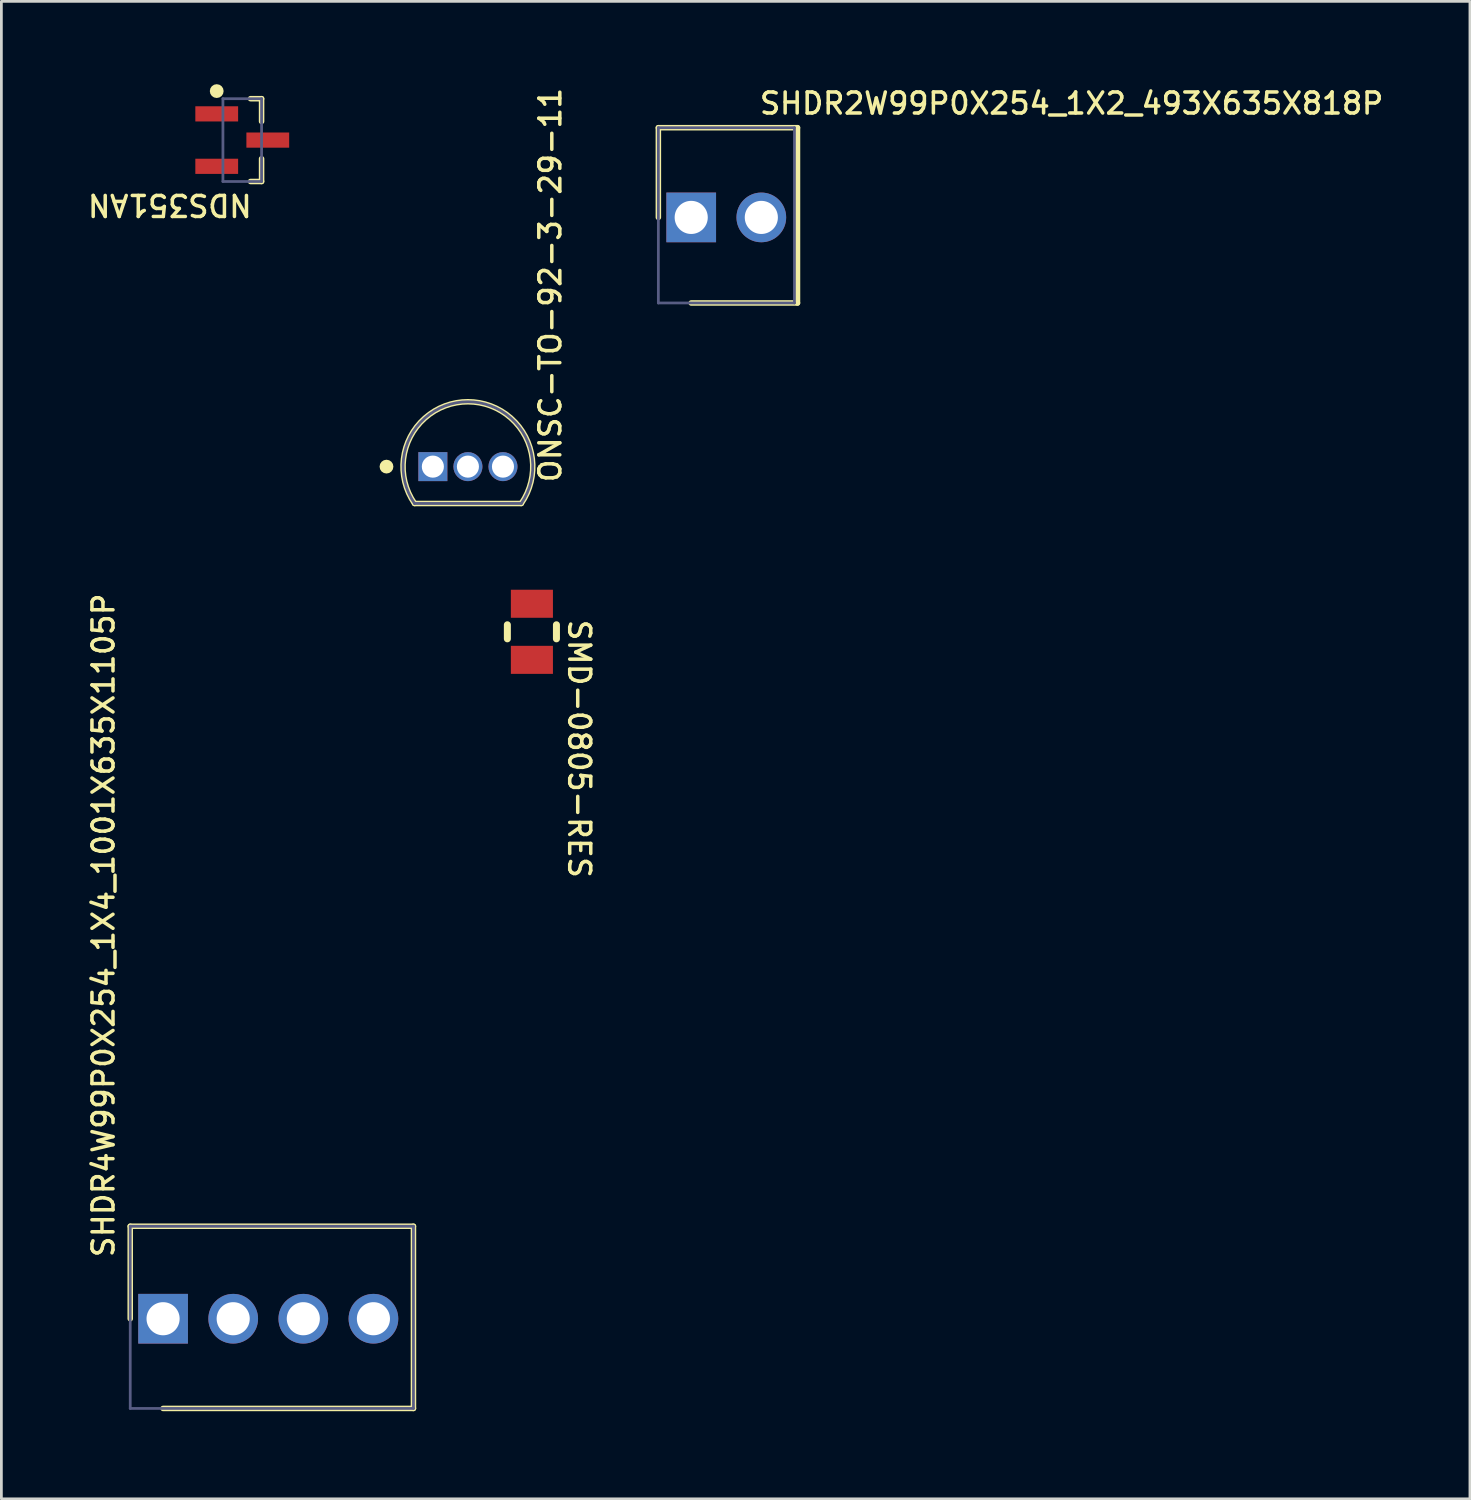
<source format=kicad_pcb>
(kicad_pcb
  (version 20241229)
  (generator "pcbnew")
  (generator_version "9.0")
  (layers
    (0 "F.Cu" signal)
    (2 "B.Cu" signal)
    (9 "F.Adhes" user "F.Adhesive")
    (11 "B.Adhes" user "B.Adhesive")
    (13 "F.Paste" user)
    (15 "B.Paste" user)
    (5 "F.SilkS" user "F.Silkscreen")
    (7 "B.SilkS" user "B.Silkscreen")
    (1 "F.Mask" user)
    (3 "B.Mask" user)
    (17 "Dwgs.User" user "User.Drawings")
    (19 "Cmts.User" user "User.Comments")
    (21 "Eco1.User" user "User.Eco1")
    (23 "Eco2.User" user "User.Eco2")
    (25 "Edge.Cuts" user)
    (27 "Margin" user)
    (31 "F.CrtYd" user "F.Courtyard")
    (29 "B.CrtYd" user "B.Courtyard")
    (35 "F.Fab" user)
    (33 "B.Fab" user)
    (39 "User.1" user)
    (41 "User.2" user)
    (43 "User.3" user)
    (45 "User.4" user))
  (footprint "ONSC-TO-92-3-29-11"
    (layer "F.Cu")
    (at 13.901 13.854)
    (property "Reference" "ONSC-TO-92-3-29-11" (at 3.429 0.635 90) (unlocked yes) (layer "F.SilkS") (effects (font (size 0.762 0.762) (thickness 0.127)) (justify left bottom)))
    (fp_line (start 1.934 1.335) (end -1.934 1.335) (stroke (width 0.2) (type solid)) (layer "F.SilkS"))
    (fp_arc (start -1.933657 1.335466) (mid -0.000191 -2.35) (end 1.933874 1.335151) (stroke (width 0.2) (type solid)) (layer "F.SilkS"))
    (fp_circle (center -2.95 0) (end -3.075 0) (stroke (width 0.25) (type solid)) (fill no) (layer "F.SilkS"))
    (fp_line (start -2.45 1.435) (end -2.45 -2.45) (stroke (width 0.05) (type solid)) (layer "Eco1.User"))
    (fp_line (start 0 0.5) (end 0 -0.5) (stroke (width 0.1) (type solid)) (layer "Eco1.User"))
    (fp_line (start 0.5 0) (end -0.5 0) (stroke (width 0.1) (type solid)) (layer "Eco1.User"))
    (fp_line (start 2.45 -2.45) (end -2.45 -2.45) (stroke (width 0.05) (type solid)) (layer "Eco1.User"))
    (fp_line (start 2.45 1.435) (end -2.45 1.435) (stroke (width 0.05) (type solid)) (layer "Eco1.User"))
    (fp_line (start 2.45 1.435) (end 2.45 -2.45) (stroke (width 0.05) (type solid)) (layer "Eco1.User"))
    (fp_line (start 1.934 1.335) (end -1.934 1.335) (stroke (width 0.1) (type solid)) (layer "B.Fab"))
    (fp_arc (start -1.933657 1.335466) (mid -0.000191 -2.35) (end 1.933874 1.335151) (stroke (width 0.1) (type solid)) (layer "B.Fab"))
    (pad "1" thru_hole rect (at -1.27 0 180) (size 1.05 1.05) (drill 0.8) (layers "*.Cu" "*.Mask"))
    (pad "2" thru_hole circle (at 0 0 180) (size 1.05 1.05) (drill 0.8) (layers "*.Cu" "*.Mask"))
    (pad "3" thru_hole circle (at 1.27 0 180) (size 1.05 1.05) (drill 0.8) (layers "*.Cu" "*.Mask")))
  (footprint "SHDR4W99P0X254_1X4_1001X635X1105P"
    (layer "F.Cu")
    (at 2.858 44.723)
    (property "Reference" "SHDR4W99P0X254_1X4_1001X635X1105P" (at -1.715 -2.159 90) (unlocked yes) (layer "F.SilkS") (effects (font (size 0.762 0.762) (thickness 0.127)) (justify left bottom)))
    (fp_line (start -1.19 0) (end -1.19 -3.35) (stroke (width 0.2) (type solid)) (layer "F.SilkS"))
    (fp_line (start 9.07 -3.35) (end -1.19 -3.35) (stroke (width 0.2) (type solid)) (layer "F.SilkS"))
    (fp_line (start 9.07 3.25) (end 0 3.25) (stroke (width 0.2) (type solid)) (layer "F.SilkS"))
    (fp_line (start 9.07 3.25) (end 9.07 -3.35) (stroke (width 0.2) (type solid)) (layer "F.SilkS"))
    (fp_line (start -1.44 3.5) (end -1.44 -3.6) (stroke (width 0.05) (type solid)) (layer "Eco1.User"))
    (fp_line (start 9.32 -3.6) (end -1.44 -3.6) (stroke (width 0.05) (type solid)) (layer "Eco1.User"))
    (fp_line (start 9.32 3.5) (end -1.44 3.5) (stroke (width 0.05) (type solid)) (layer "Eco1.User"))
    (fp_line (start 9.32 3.5) (end 9.32 -3.6) (stroke (width 0.05) (type solid)) (layer "Eco1.User"))
    (fp_line (start -1.19 3.25) (end -1.19 -3.35) (stroke (width 0.1) (type solid)) (layer "B.Fab"))
    (fp_line (start 9.07 -3.35) (end -1.19 -3.35) (stroke (width 0.1) (type solid)) (layer "B.Fab"))
    (fp_line (start 9.07 3.25) (end -1.19 3.25) (stroke (width 0.1) (type solid)) (layer "B.Fab"))
    (fp_line (start 9.07 3.25) (end 9.07 -3.35) (stroke (width 0.1) (type solid)) (layer "B.Fab"))
    (pad "1" thru_hole rect (at 0 0) (size 1.8 1.8) (drill 1.2) (layers "*.Cu" "*.Mask"))
    (pad "2" thru_hole circle (at 2.54 0) (size 1.8 1.8) (drill 1.2) (layers "*.Cu" "*.Mask"))
    (pad "3" thru_hole circle (at 5.08 0) (size 1.8 1.8) (drill 1.2) (layers "*.Cu" "*.Mask"))
    (pad "4" thru_hole circle (at 7.62 0) (size 1.8 1.8) (drill 1.2) (layers "*.Cu" "*.Mask")))
  (footprint "SMD-0805-RES"
    (layer "F.Cu")
    (at 16.219 19.838)
    (property "Reference" "SMD-0805-RES" (at 1.27 -0.508 270) (unlocked yes) (layer "F.SilkS") (effects (font (size 0.762 0.762) (thickness 0.127)) (justify left bottom)))
    (fp_line (start -0.889 -0.254) (end -0.889 0.254) (stroke (width 0.254) (type solid)) (layer "F.SilkS"))
    (fp_line (start 0.889 -0.254) (end 0.889 0.254) (stroke (width 0.254) (type solid)) (layer "F.SilkS"))
    (pad "1" smd rect (at 0 -1.016 270) (size 1.016 1.524) (layers "F.Cu" "F.Mask" "F.Paste"))
    (pad "2" smd rect (at 0 1.016 270) (size 1.016 1.524) (layers "F.Cu" "F.Mask" "F.Paste")))
  (footprint "SHDR2W99P0X254_1X2_493X635X818P"
    (layer "F.Cu")
    (at 21.99 4.826)
    (property "Reference" "SHDR2W99P0X254_1X2_493X635X818P" (at 2.413 -3.683 0) (unlocked yes) (layer "F.SilkS") (effects (font (size 0.762 0.762) (thickness 0.127)) (justify left bottom)))
    (fp_line (start -1.19 -3.25) (end 3.85 -3.25) (stroke (width 0.2) (type solid)) (layer "F.SilkS"))
    (fp_line (start -1.19 0) (end -1.19 -3.25) (stroke (width 0.2) (type solid)) (layer "F.SilkS"))
    (fp_line (start 0 3.1) (end 3.85 3.1) (stroke (width 0.2) (type solid)) (layer "F.SilkS"))
    (fp_line (start 3.85 3.1) (end 3.85 -3.25) (stroke (width 0.2) (type solid)) (layer "F.SilkS"))
    (fp_line (start -1.44 -3.5) (end 4.1 -3.5) (stroke (width 0.05) (type solid)) (layer "Eco1.User"))
    (fp_line (start -1.44 3.35) (end -1.44 -3.5) (stroke (width 0.05) (type solid)) (layer "Eco1.User"))
    (fp_line (start -1.44 3.35) (end 4.1 3.35) (stroke (width 0.05) (type solid)) (layer "Eco1.User"))
    (fp_line (start 4.1 3.35) (end 4.1 -3.5) (stroke (width 0.05) (type solid)) (layer "Eco1.User"))
    (fp_line (start -1.19 -3.25) (end 3.74 -3.25) (stroke (width 0.1) (type solid)) (layer "B.Fab"))
    (fp_line (start -1.19 3.1) (end -1.19 -3.25) (stroke (width 0.1) (type solid)) (layer "B.Fab"))
    (fp_line (start -1.19 3.1) (end 3.74 3.1) (stroke (width 0.1) (type solid)) (layer "B.Fab"))
    (fp_line (start 3.74 3.1) (end 3.74 -3.25) (stroke (width 0.1) (type solid)) (layer "B.Fab"))
    (pad "1" thru_hole rect (at 0 0) (size 1.8 1.8) (drill 1.2) (layers "*.Cu" "*.Mask"))
    (pad "2" thru_hole circle (at 2.54 0) (size 1.8 1.8) (drill 1.2) (layers "*.Cu" "*.Mask")))
  (footprint "NDS351AN"
    (layer "F.Cu")
    (at 5.726 2.025)
    (property "Reference" "NDS351AN" (at 0.417 1.905 180) (unlocked yes) (layer "F.SilkS") (effects (font (size 0.762 0.762) (thickness 0.127)) (justify left bottom)))
    (fp_line (start 0.7 -1.5) (end 0.3 -1.5) (stroke (width 0.2) (type solid)) (layer "F.SilkS"))
    (fp_line (start 0.7 -1.5) (end 0.7 -0.675) (stroke (width 0.2) (type solid)) (layer "F.SilkS"))
    (fp_line (start 0.7 0.675) (end 0.7 1.5) (stroke (width 0.2) (type solid)) (layer "F.SilkS"))
    (fp_line (start 0.7 1.5) (end 0.3 1.5) (stroke (width 0.2) (type solid)) (layer "F.SilkS"))
    (fp_circle (center -0.925 -1.775) (end -0.925 -1.65) (stroke (width 0.25) (type solid)) (fill no) (layer "F.SilkS"))
    (fp_line (start -1.925 -1.75) (end -1.925 1.75) (stroke (width 0.1) (type solid)) (layer "Eco1.User"))
    (fp_line (start 0 -0.5) (end 0 0.5) (stroke (width 0.1) (type solid)) (layer "Eco1.User"))
    (fp_line (start 0.5 0) (end -0.5 0) (stroke (width 0.1) (type solid)) (layer "Eco1.User"))
    (fp_line (start 1.925 -1.75) (end -1.925 -1.75) (stroke (width 0.1) (type solid)) (layer "Eco1.User"))
    (fp_line (start 1.925 -1.75) (end 1.925 1.75) (stroke (width 0.1) (type solid)) (layer "Eco1.User"))
    (fp_line (start 1.925 1.75) (end -1.925 1.75) (stroke (width 0.1) (type solid)) (layer "Eco1.User"))
    (fp_line (start -0.7 -1.5) (end -0.7 1.5) (stroke (width 0.1) (type solid)) (layer "B.Fab"))
    (fp_line (start 0.7 -1.5) (end -0.7 -1.5) (stroke (width 0.1) (type solid)) (layer "B.Fab"))
    (fp_line (start 0.7 -1.5) (end 0.7 1.5) (stroke (width 0.1) (type solid)) (layer "B.Fab"))
    (fp_line (start 0.7 1.5) (end -0.7 1.5) (stroke (width 0.1) (type solid)) (layer "B.Fab"))
    (pad "D" smd rect (at 0.925 0 90) (size 0.55 1.55) (layers "F.Cu" "F.Mask" "F.Paste"))
    (pad "G" smd rect (at -0.925 -0.95 90) (size 0.55 1.55) (layers "F.Cu" "F.Mask" "F.Paste"))
    (pad "S" smd rect (at -0.925 0.95 90) (size 0.55 1.55) (layers "F.Cu" "F.Mask" "F.Paste")))
  (gr_rect
    (start -3 -3)
    (end 50.201 51.248)
    (stroke (width 0.1) (type default))
    (fill no)
    (layer "Edge.Cuts")))
</source>
